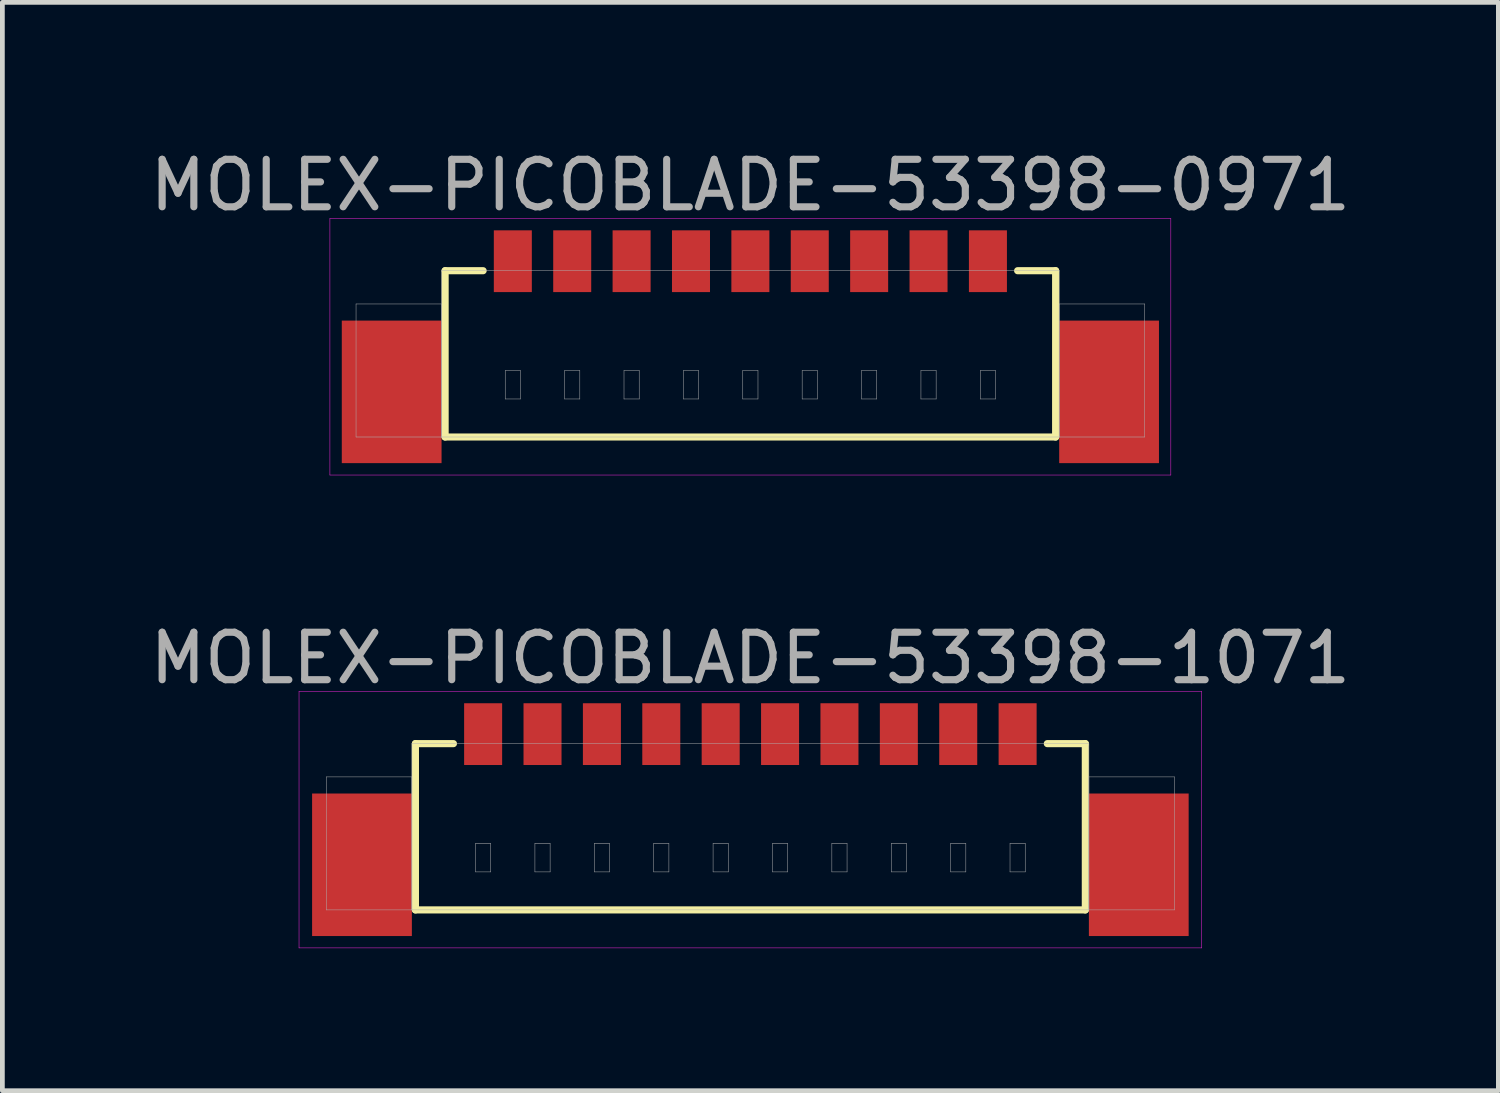
<source format=kicad_pcb>
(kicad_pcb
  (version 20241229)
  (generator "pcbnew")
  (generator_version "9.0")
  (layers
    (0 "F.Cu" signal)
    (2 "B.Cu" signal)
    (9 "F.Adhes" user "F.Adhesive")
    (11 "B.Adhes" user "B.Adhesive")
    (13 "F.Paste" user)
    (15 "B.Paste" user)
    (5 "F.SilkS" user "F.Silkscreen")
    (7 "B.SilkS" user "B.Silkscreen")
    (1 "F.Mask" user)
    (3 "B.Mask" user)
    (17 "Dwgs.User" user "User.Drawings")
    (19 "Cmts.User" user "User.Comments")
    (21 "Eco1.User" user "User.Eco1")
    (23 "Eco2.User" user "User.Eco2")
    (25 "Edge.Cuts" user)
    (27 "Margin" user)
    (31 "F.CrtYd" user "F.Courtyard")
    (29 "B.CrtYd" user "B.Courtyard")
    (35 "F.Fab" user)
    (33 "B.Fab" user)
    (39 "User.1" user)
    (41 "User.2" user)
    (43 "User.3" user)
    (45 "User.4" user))
  (footprint "MOLEX-PICOBLADE-53398-0971"
    (layer "F.Cu")
    (at 12.744 2.448)
    (property "Reference" "MOLEX-PICOBLADE-53398-0971" (at 0 -1.6 0) (layer "F.Fab") (effects (font (size 1 1) (thickness 0.15))))
    (attr through_hole)
    (fp_line (start -6.425 0.2) (end -6.425 3.7) (stroke (width 0.15) (type solid)) (layer "F.SilkS"))
    (fp_line (start -6.425 3.7) (end 6.425 3.7) (stroke (width 0.15) (type solid)) (layer "F.SilkS"))
    (fp_line (start -5.625 0.2) (end -6.425 0.2) (stroke (width 0.15) (type solid)) (layer "F.SilkS"))
    (fp_line (start 5.625 0.2) (end 6.425 0.2) (stroke (width 0.15) (type solid)) (layer "F.SilkS"))
    (fp_line (start 6.425 3.7) (end 6.425 0.2) (stroke (width 0.15) (type solid)) (layer "F.SilkS"))
    (fp_line (start -8.85 -0.9) (end 8.85 -0.9) (stroke (width 0.01) (type solid)) (layer "F.CrtYd"))
    (fp_line (start -8.85 4.5) (end -8.85 -0.9) (stroke (width 0.01) (type solid)) (layer "F.CrtYd"))
    (fp_line (start 8.85 -0.9) (end 8.85 4.5) (stroke (width 0.01) (type solid)) (layer "F.CrtYd"))
    (fp_line (start 8.85 4.5) (end -8.85 4.5) (stroke (width 0.01) (type solid)) (layer "F.CrtYd"))
    (fp_line (start -8.3 0.9) (end -6.5 0.9) (stroke (width 0.01) (type solid)) (layer "F.Fab"))
    (fp_line (start -8.3 3.7) (end -8.3 0.9) (stroke (width 0.01) (type solid)) (layer "F.Fab"))
    (fp_line (start -6.5 0.2) (end 6.5 0.2) (stroke (width 0.01) (type solid)) (layer "F.Fab"))
    (fp_line (start -6.5 0.9) (end -6.5 3.7) (stroke (width 0.01) (type solid)) (layer "F.Fab"))
    (fp_line (start -6.5 3.7) (end -8.3 3.7) (stroke (width 0.01) (type solid)) (layer "F.Fab"))
    (fp_line (start -6.5 3.7) (end -6.5 0.2) (stroke (width 0.01) (type solid)) (layer "F.Fab"))
    (fp_line (start -5.16 2.3) (end -4.84 2.3) (stroke (width 0.01) (type solid)) (layer "F.Fab"))
    (fp_line (start -5.16 2.9) (end -5.16 2.3) (stroke (width 0.01) (type solid)) (layer "F.Fab"))
    (fp_line (start -4.84 2.3) (end -4.84 2.9) (stroke (width 0.01) (type solid)) (layer "F.Fab"))
    (fp_line (start -4.84 2.9) (end -5.16 2.9) (stroke (width 0.01) (type solid)) (layer "F.Fab"))
    (fp_line (start -3.91 2.3) (end -3.59 2.3) (stroke (width 0.01) (type solid)) (layer "F.Fab"))
    (fp_line (start -3.91 2.9) (end -3.91 2.3) (stroke (width 0.01) (type solid)) (layer "F.Fab"))
    (fp_line (start -3.59 2.3) (end -3.59 2.9) (stroke (width 0.01) (type solid)) (layer "F.Fab"))
    (fp_line (start -3.59 2.9) (end -3.91 2.9) (stroke (width 0.01) (type solid)) (layer "F.Fab"))
    (fp_line (start -2.66 2.3) (end -2.34 2.3) (stroke (width 0.01) (type solid)) (layer "F.Fab"))
    (fp_line (start -2.66 2.9) (end -2.66 2.3) (stroke (width 0.01) (type solid)) (layer "F.Fab"))
    (fp_line (start -2.34 2.3) (end -2.34 2.9) (stroke (width 0.01) (type solid)) (layer "F.Fab"))
    (fp_line (start -2.34 2.9) (end -2.66 2.9) (stroke (width 0.01) (type solid)) (layer "F.Fab"))
    (fp_line (start -1.41 2.3) (end -1.09 2.3) (stroke (width 0.01) (type solid)) (layer "F.Fab"))
    (fp_line (start -1.41 2.9) (end -1.41 2.3) (stroke (width 0.01) (type solid)) (layer "F.Fab"))
    (fp_line (start -1.09 2.3) (end -1.09 2.9) (stroke (width 0.01) (type solid)) (layer "F.Fab"))
    (fp_line (start -1.09 2.9) (end -1.41 2.9) (stroke (width 0.01) (type solid)) (layer "F.Fab"))
    (fp_line (start -0.16 2.3) (end 0.16 2.3) (stroke (width 0.01) (type solid)) (layer "F.Fab"))
    (fp_line (start -0.16 2.9) (end -0.16 2.3) (stroke (width 0.01) (type solid)) (layer "F.Fab"))
    (fp_line (start 0.16 2.3) (end 0.16 2.9) (stroke (width 0.01) (type solid)) (layer "F.Fab"))
    (fp_line (start 0.16 2.9) (end -0.16 2.9) (stroke (width 0.01) (type solid)) (layer "F.Fab"))
    (fp_line (start 1.09 2.3) (end 1.41 2.3) (stroke (width 0.01) (type solid)) (layer "F.Fab"))
    (fp_line (start 1.09 2.9) (end 1.09 2.3) (stroke (width 0.01) (type solid)) (layer "F.Fab"))
    (fp_line (start 1.41 2.3) (end 1.41 2.9) (stroke (width 0.01) (type solid)) (layer "F.Fab"))
    (fp_line (start 1.41 2.9) (end 1.09 2.9) (stroke (width 0.01) (type solid)) (layer "F.Fab"))
    (fp_line (start 2.34 2.3) (end 2.66 2.3) (stroke (width 0.01) (type solid)) (layer "F.Fab"))
    (fp_line (start 2.34 2.9) (end 2.34 2.3) (stroke (width 0.01) (type solid)) (layer "F.Fab"))
    (fp_line (start 2.66 2.3) (end 2.66 2.9) (stroke (width 0.01) (type solid)) (layer "F.Fab"))
    (fp_line (start 2.66 2.9) (end 2.34 2.9) (stroke (width 0.01) (type solid)) (layer "F.Fab"))
    (fp_line (start 3.59 2.3) (end 3.91 2.3) (stroke (width 0.01) (type solid)) (layer "F.Fab"))
    (fp_line (start 3.59 2.9) (end 3.59 2.3) (stroke (width 0.01) (type solid)) (layer "F.Fab"))
    (fp_line (start 3.91 2.3) (end 3.91 2.9) (stroke (width 0.01) (type solid)) (layer "F.Fab"))
    (fp_line (start 3.91 2.9) (end 3.59 2.9) (stroke (width 0.01) (type solid)) (layer "F.Fab"))
    (fp_line (start 4.84 2.3) (end 5.16 2.3) (stroke (width 0.01) (type solid)) (layer "F.Fab"))
    (fp_line (start 4.84 2.9) (end 4.84 2.3) (stroke (width 0.01) (type solid)) (layer "F.Fab"))
    (fp_line (start 5.16 2.3) (end 5.16 2.9) (stroke (width 0.01) (type solid)) (layer "F.Fab"))
    (fp_line (start 5.16 2.9) (end 4.84 2.9) (stroke (width 0.01) (type solid)) (layer "F.Fab"))
    (fp_line (start 6.5 0.2) (end 6.5 3.7) (stroke (width 0.01) (type solid)) (layer "F.Fab"))
    (fp_line (start 6.5 0.9) (end 8.3 0.9) (stroke (width 0.01) (type solid)) (layer "F.Fab"))
    (fp_line (start 6.5 3.7) (end -6.5 3.7) (stroke (width 0.01) (type solid)) (layer "F.Fab"))
    (fp_line (start 6.5 3.7) (end 6.5 0.9) (stroke (width 0.01) (type solid)) (layer "F.Fab"))
    (fp_line (start 8.3 0.9) (end 8.3 3.7) (stroke (width 0.01) (type solid)) (layer "F.Fab"))
    (fp_line (start 8.3 3.7) (end 6.5 3.7) (stroke (width 0.01) (type solid)) (layer "F.Fab"))
    (pad "" smd rect (at -7.55 2.75) (size 2.1 3) (layers "F.Cu" "F.Mask" "F.Paste"))
    (pad "" smd rect (at 7.55 2.75) (size 2.1 3) (layers "F.Cu" "F.Mask" "F.Paste"))
    (pad "1" smd rect (at -5 0) (size 0.8 1.3) (layers "F.Cu" "F.Mask" "F.Paste"))
    (pad "2" smd rect (at -3.75 0) (size 0.8 1.3) (layers "F.Cu" "F.Mask" "F.Paste"))
    (pad "3" smd rect (at -2.5 0) (size 0.8 1.3) (layers "F.Cu" "F.Mask" "F.Paste"))
    (pad "4" smd rect (at -1.25 0) (size 0.8 1.3) (layers "F.Cu" "F.Mask" "F.Paste"))
    (pad "5" smd rect (at 0 0) (size 0.8 1.3) (layers "F.Cu" "F.Mask" "F.Paste"))
    (pad "6" smd rect (at 1.25 0) (size 0.8 1.3) (layers "F.Cu" "F.Mask" "F.Paste"))
    (pad "7" smd rect (at 2.5 0) (size 0.8 1.3) (layers "F.Cu" "F.Mask" "F.Paste"))
    (pad "8" smd rect (at 3.75 0) (size 0.8 1.3) (layers "F.Cu" "F.Mask" "F.Paste"))
    (pad "9" smd rect (at 5 0) (size 0.8 1.3) (layers "F.Cu" "F.Mask" "F.Paste")))
  (footprint "MOLEX-PICOBLADE-53398-1071"
    (layer "F.Cu")
    (at 12.744 12.402)
    (property "Reference" "MOLEX-PICOBLADE-53398-1071" (at 0 -1.6 0) (layer "F.Fab") (effects (font (size 1 1) (thickness 0.15))))
    (attr through_hole)
    (fp_line (start -7.05 0.2) (end -7.05 3.7) (stroke (width 0.15) (type solid)) (layer "F.SilkS"))
    (fp_line (start -7.05 3.7) (end 7.05 3.7) (stroke (width 0.15) (type solid)) (layer "F.SilkS"))
    (fp_line (start -6.25 0.2) (end -7.05 0.2) (stroke (width 0.15) (type solid)) (layer "F.SilkS"))
    (fp_line (start 6.25 0.2) (end 7.05 0.2) (stroke (width 0.15) (type solid)) (layer "F.SilkS"))
    (fp_line (start 7.05 3.7) (end 7.05 0.2) (stroke (width 0.15) (type solid)) (layer "F.SilkS"))
    (fp_line (start -9.5 -0.9) (end 9.5 -0.9) (stroke (width 0.01) (type solid)) (layer "F.CrtYd"))
    (fp_line (start -9.5 4.5) (end -9.5 -0.9) (stroke (width 0.01) (type solid)) (layer "F.CrtYd"))
    (fp_line (start 9.5 -0.9) (end 9.5 4.5) (stroke (width 0.01) (type solid)) (layer "F.CrtYd"))
    (fp_line (start 9.5 4.5) (end -9.5 4.5) (stroke (width 0.01) (type solid)) (layer "F.CrtYd"))
    (fp_line (start -8.925 0.9) (end -7.125 0.9) (stroke (width 0.01) (type solid)) (layer "F.Fab"))
    (fp_line (start -8.925 3.7) (end -8.925 0.9) (stroke (width 0.01) (type solid)) (layer "F.Fab"))
    (fp_line (start -7.125 0.2) (end 7.125 0.2) (stroke (width 0.01) (type solid)) (layer "F.Fab"))
    (fp_line (start -7.125 0.9) (end -7.125 3.7) (stroke (width 0.01) (type solid)) (layer "F.Fab"))
    (fp_line (start -7.125 3.7) (end -8.925 3.7) (stroke (width 0.01) (type solid)) (layer "F.Fab"))
    (fp_line (start -7.125 3.7) (end -7.125 0.2) (stroke (width 0.01) (type solid)) (layer "F.Fab"))
    (fp_line (start -5.785 2.3) (end -5.465 2.3) (stroke (width 0.01) (type solid)) (layer "F.Fab"))
    (fp_line (start -5.785 2.9) (end -5.785 2.3) (stroke (width 0.01) (type solid)) (layer "F.Fab"))
    (fp_line (start -5.465 2.3) (end -5.465 2.9) (stroke (width 0.01) (type solid)) (layer "F.Fab"))
    (fp_line (start -5.465 2.9) (end -5.785 2.9) (stroke (width 0.01) (type solid)) (layer "F.Fab"))
    (fp_line (start -4.535 2.3) (end -4.215 2.3) (stroke (width 0.01) (type solid)) (layer "F.Fab"))
    (fp_line (start -4.535 2.9) (end -4.535 2.3) (stroke (width 0.01) (type solid)) (layer "F.Fab"))
    (fp_line (start -4.215 2.3) (end -4.215 2.9) (stroke (width 0.01) (type solid)) (layer "F.Fab"))
    (fp_line (start -4.215 2.9) (end -4.535 2.9) (stroke (width 0.01) (type solid)) (layer "F.Fab"))
    (fp_line (start -3.285 2.3) (end -2.965 2.3) (stroke (width 0.01) (type solid)) (layer "F.Fab"))
    (fp_line (start -3.285 2.9) (end -3.285 2.3) (stroke (width 0.01) (type solid)) (layer "F.Fab"))
    (fp_line (start -2.965 2.3) (end -2.965 2.9) (stroke (width 0.01) (type solid)) (layer "F.Fab"))
    (fp_line (start -2.965 2.9) (end -3.285 2.9) (stroke (width 0.01) (type solid)) (layer "F.Fab"))
    (fp_line (start -2.035 2.3) (end -1.715 2.3) (stroke (width 0.01) (type solid)) (layer "F.Fab"))
    (fp_line (start -2.035 2.9) (end -2.035 2.3) (stroke (width 0.01) (type solid)) (layer "F.Fab"))
    (fp_line (start -1.715 2.3) (end -1.715 2.9) (stroke (width 0.01) (type solid)) (layer "F.Fab"))
    (fp_line (start -1.715 2.9) (end -2.035 2.9) (stroke (width 0.01) (type solid)) (layer "F.Fab"))
    (fp_line (start -0.785 2.3) (end -0.465 2.3) (stroke (width 0.01) (type solid)) (layer "F.Fab"))
    (fp_line (start -0.785 2.9) (end -0.785 2.3) (stroke (width 0.01) (type solid)) (layer "F.Fab"))
    (fp_line (start -0.465 2.3) (end -0.465 2.9) (stroke (width 0.01) (type solid)) (layer "F.Fab"))
    (fp_line (start -0.465 2.9) (end -0.785 2.9) (stroke (width 0.01) (type solid)) (layer "F.Fab"))
    (fp_line (start 0.465 2.3) (end 0.785 2.3) (stroke (width 0.01) (type solid)) (layer "F.Fab"))
    (fp_line (start 0.465 2.9) (end 0.465 2.3) (stroke (width 0.01) (type solid)) (layer "F.Fab"))
    (fp_line (start 0.785 2.3) (end 0.785 2.9) (stroke (width 0.01) (type solid)) (layer "F.Fab"))
    (fp_line (start 0.785 2.9) (end 0.465 2.9) (stroke (width 0.01) (type solid)) (layer "F.Fab"))
    (fp_line (start 1.715 2.3) (end 2.035 2.3) (stroke (width 0.01) (type solid)) (layer "F.Fab"))
    (fp_line (start 1.715 2.9) (end 1.715 2.3) (stroke (width 0.01) (type solid)) (layer "F.Fab"))
    (fp_line (start 2.035 2.3) (end 2.035 2.9) (stroke (width 0.01) (type solid)) (layer "F.Fab"))
    (fp_line (start 2.035 2.9) (end 1.715 2.9) (stroke (width 0.01) (type solid)) (layer "F.Fab"))
    (fp_line (start 2.965 2.3) (end 3.285 2.3) (stroke (width 0.01) (type solid)) (layer "F.Fab"))
    (fp_line (start 2.965 2.9) (end 2.965 2.3) (stroke (width 0.01) (type solid)) (layer "F.Fab"))
    (fp_line (start 3.285 2.3) (end 3.285 2.9) (stroke (width 0.01) (type solid)) (layer "F.Fab"))
    (fp_line (start 3.285 2.9) (end 2.965 2.9) (stroke (width 0.01) (type solid)) (layer "F.Fab"))
    (fp_line (start 4.215 2.3) (end 4.535 2.3) (stroke (width 0.01) (type solid)) (layer "F.Fab"))
    (fp_line (start 4.215 2.9) (end 4.215 2.3) (stroke (width 0.01) (type solid)) (layer "F.Fab"))
    (fp_line (start 4.535 2.3) (end 4.535 2.9) (stroke (width 0.01) (type solid)) (layer "F.Fab"))
    (fp_line (start 4.535 2.9) (end 4.215 2.9) (stroke (width 0.01) (type solid)) (layer "F.Fab"))
    (fp_line (start 5.465 2.3) (end 5.785 2.3) (stroke (width 0.01) (type solid)) (layer "F.Fab"))
    (fp_line (start 5.465 2.9) (end 5.465 2.3) (stroke (width 0.01) (type solid)) (layer "F.Fab"))
    (fp_line (start 5.785 2.3) (end 5.785 2.9) (stroke (width 0.01) (type solid)) (layer "F.Fab"))
    (fp_line (start 5.785 2.9) (end 5.465 2.9) (stroke (width 0.01) (type solid)) (layer "F.Fab"))
    (fp_line (start 7.125 0.2) (end 7.125 3.7) (stroke (width 0.01) (type solid)) (layer "F.Fab"))
    (fp_line (start 7.125 0.9) (end 8.925 0.9) (stroke (width 0.01) (type solid)) (layer "F.Fab"))
    (fp_line (start 7.125 3.7) (end -7.125 3.7) (stroke (width 0.01) (type solid)) (layer "F.Fab"))
    (fp_line (start 7.125 3.7) (end 7.125 0.9) (stroke (width 0.01) (type solid)) (layer "F.Fab"))
    (fp_line (start 8.925 0.9) (end 8.925 3.7) (stroke (width 0.01) (type solid)) (layer "F.Fab"))
    (fp_line (start 8.925 3.7) (end 7.125 3.7) (stroke (width 0.01) (type solid)) (layer "F.Fab"))
    (pad "" smd rect (at -8.175 2.75) (size 2.1 3) (layers "F.Cu" "F.Mask" "F.Paste"))
    (pad "" smd rect (at 8.175 2.75) (size 2.1 3) (layers "F.Cu" "F.Mask" "F.Paste"))
    (pad "1" smd rect (at -5.625 0) (size 0.8 1.3) (layers "F.Cu" "F.Mask" "F.Paste"))
    (pad "2" smd rect (at -4.375 0) (size 0.8 1.3) (layers "F.Cu" "F.Mask" "F.Paste"))
    (pad "3" smd rect (at -3.125 0) (size 0.8 1.3) (layers "F.Cu" "F.Mask" "F.Paste"))
    (pad "4" smd rect (at -1.875 0) (size 0.8 1.3) (layers "F.Cu" "F.Mask" "F.Paste"))
    (pad "5" smd rect (at -0.625 0) (size 0.8 1.3) (layers "F.Cu" "F.Mask" "F.Paste"))
    (pad "6" smd rect (at 0.625 0) (size 0.8 1.3) (layers "F.Cu" "F.Mask" "F.Paste"))
    (pad "7" smd rect (at 1.875 0) (size 0.8 1.3) (layers "F.Cu" "F.Mask" "F.Paste"))
    (pad "8" smd rect (at 3.125 0) (size 0.8 1.3) (layers "F.Cu" "F.Mask" "F.Paste"))
    (pad "9" smd rect (at 4.375 0) (size 0.8 1.3) (layers "F.Cu" "F.Mask" "F.Paste"))
    (pad "10" smd rect (at 5.625 0) (size 0.8 1.3) (layers "F.Cu" "F.Mask" "F.Paste")))
  (gr_rect
    (start -3 -3)
    (end 28.488 19.907)
    (stroke (width 0.1) (type default))
    (fill no)
    (layer "Edge.Cuts")))
</source>
